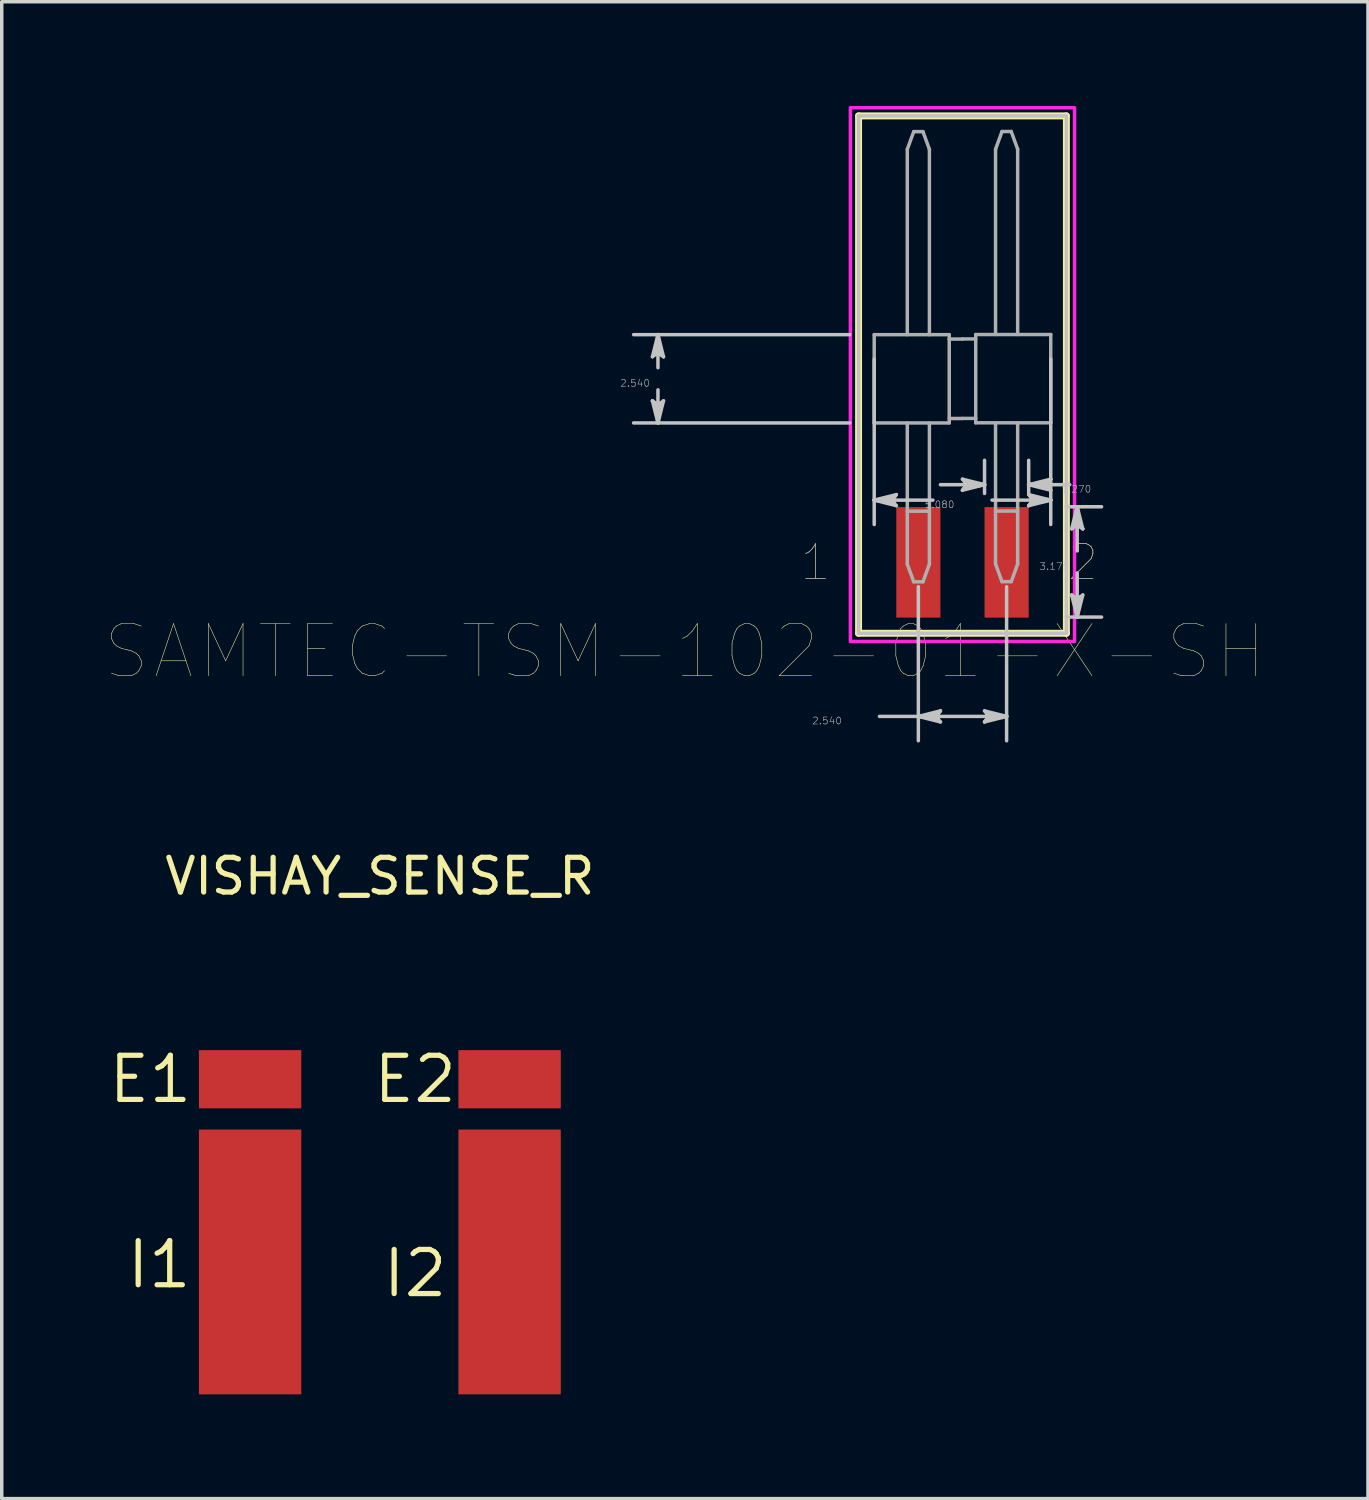
<source format=kicad_pcb>
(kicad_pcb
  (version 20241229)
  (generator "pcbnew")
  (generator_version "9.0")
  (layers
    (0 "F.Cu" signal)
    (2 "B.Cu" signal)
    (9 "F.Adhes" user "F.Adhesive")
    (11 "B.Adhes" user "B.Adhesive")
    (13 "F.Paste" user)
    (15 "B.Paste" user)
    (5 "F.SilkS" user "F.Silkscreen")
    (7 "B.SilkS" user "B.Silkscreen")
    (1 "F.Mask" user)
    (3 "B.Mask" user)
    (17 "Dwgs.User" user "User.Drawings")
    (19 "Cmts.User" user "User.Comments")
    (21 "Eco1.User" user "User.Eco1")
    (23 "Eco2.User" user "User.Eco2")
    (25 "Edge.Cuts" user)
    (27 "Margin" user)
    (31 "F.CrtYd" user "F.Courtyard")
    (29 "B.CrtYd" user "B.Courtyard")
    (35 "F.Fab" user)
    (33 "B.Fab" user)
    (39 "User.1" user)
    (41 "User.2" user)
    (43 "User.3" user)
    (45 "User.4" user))
  (footprint "SAMTEC-TSM-102-01-X-SH"
    (layer "F.Cu")
    (at 24.647 7.85)
    (property "Reference" "SAMTEC-TSM-102-01-X-SH" (at -7.989 7.851 0) (layer "F.SilkS") (effects (font (size 1.5 1.5) (thickness 0.015))))
    (attr through_hole)
    (fp_poly (pts (xy -1.956 3.642) (xy -0.584 3.642) (xy -0.584 6.924) (xy -1.956 6.924)) (stroke (width 0.01) (type solid)) (fill yes) (layer "F.Mask"))
    (fp_poly (pts (xy 0.584 3.642) (xy 1.956 3.642) (xy 1.956 6.924) (xy 0.584 6.924)) (stroke (width 0.01) (type solid)) (fill yes) (layer "F.Mask"))
    (fp_line (start -2.99 -7.565) (end -2.99 7.324) (stroke (width 0.2) (type solid)) (layer "F.SilkS"))
    (fp_line (start -2.99 7.324) (end 2.99 7.324) (stroke (width 0.2) (type solid)) (layer "F.SilkS"))
    (fp_line (start 2.99 -7.565) (end -2.99 -7.565) (stroke (width 0.2) (type solid)) (layer "F.SilkS"))
    (fp_line (start 2.99 7.324) (end 2.99 -7.565) (stroke (width 0.2) (type solid)) (layer "F.SilkS"))
    (fp_poly (pts (xy -1.905 3.693) (xy -0.635 3.693) (xy -0.635 6.873) (xy -1.905 6.873)) (stroke (width 0.01) (type solid)) (fill yes) (layer "F.Paste"))
    (fp_poly (pts (xy 0.635 3.693) (xy 1.905 3.693) (xy 1.905 6.873) (xy 0.635 6.873)) (stroke (width 0.01) (type solid)) (fill yes) (layer "F.Paste"))
    (fp_line (start -8.922 -0.635) (end -8.763 -0.762) (stroke (width 0.1) (type solid)) (layer "Dwgs.User"))
    (fp_line (start -8.922 0.635) (end -8.763 1.27) (stroke (width 0.1) (type solid)) (layer "Dwgs.User"))
    (fp_line (start -8.842 -0.698) (end -8.763 -0.762) (stroke (width 0.1) (type solid)) (layer "Dwgs.User"))
    (fp_line (start -8.842 0.698) (end -8.922 0.635) (stroke (width 0.1) (type solid)) (layer "Dwgs.User"))
    (fp_line (start -8.763 -1.27) (end -8.922 -0.635) (stroke (width 0.1) (type solid)) (layer "Dwgs.User"))
    (fp_line (start -8.763 -1.27) (end -8.842 -0.698) (stroke (width 0.1) (type solid)) (layer "Dwgs.User"))
    (fp_line (start -8.763 -1.27) (end -8.684 -0.698) (stroke (width 0.1) (type solid)) (layer "Dwgs.User"))
    (fp_line (start -8.763 -0.762) (end -8.763 -1.27) (stroke (width 0.1) (type solid)) (layer "Dwgs.User"))
    (fp_line (start -8.763 -0.762) (end -8.604 -0.635) (stroke (width 0.1) (type solid)) (layer "Dwgs.User"))
    (fp_line (start -8.763 -0.318) (end -8.763 -1.27) (stroke (width 0.1) (type solid)) (layer "Dwgs.User"))
    (fp_line (start -8.763 0.318) (end -8.763 1.27) (stroke (width 0.1) (type solid)) (layer "Dwgs.User"))
    (fp_line (start -8.763 0.762) (end -8.922 0.635) (stroke (width 0.1) (type solid)) (layer "Dwgs.User"))
    (fp_line (start -8.763 0.762) (end -8.763 1.27) (stroke (width 0.1) (type solid)) (layer "Dwgs.User"))
    (fp_line (start -8.763 1.27) (end -8.842 0.698) (stroke (width 0.1) (type solid)) (layer "Dwgs.User"))
    (fp_line (start -8.763 1.27) (end -8.684 0.698) (stroke (width 0.1) (type solid)) (layer "Dwgs.User"))
    (fp_line (start -8.763 1.27) (end -8.604 0.635) (stroke (width 0.1) (type solid)) (layer "Dwgs.User"))
    (fp_line (start -8.684 -0.698) (end -8.604 -0.635) (stroke (width 0.1) (type solid)) (layer "Dwgs.User"))
    (fp_line (start -8.684 0.698) (end -8.763 0.762) (stroke (width 0.1) (type solid)) (layer "Dwgs.User"))
    (fp_line (start -8.604 -0.635) (end -8.763 -1.27) (stroke (width 0.1) (type solid)) (layer "Dwgs.User"))
    (fp_line (start -8.604 0.635) (end -8.763 0.762) (stroke (width 0.1) (type solid)) (layer "Dwgs.User"))
    (fp_line (start -3.241 -1.27) (end -9.464 -1.27) (stroke (width 0.1) (type solid)) (layer "Dwgs.User"))
    (fp_line (start -3.241 1.27) (end -9.464 1.27) (stroke (width 0.1) (type solid)) (layer "Dwgs.User"))
    (fp_line (start -2.99 -7.565) (end -2.99 7.324) (stroke (width 0.1) (type solid)) (layer "Dwgs.User"))
    (fp_line (start -2.99 7.324) (end 2.99 7.324) (stroke (width 0.1) (type solid)) (layer "Dwgs.User"))
    (fp_line (start -2.54 -0.569) (end -2.54 4.194) (stroke (width 0.1) (type solid)) (layer "Dwgs.User"))
    (fp_line (start -2.54 3.492) (end -1.968 3.413) (stroke (width 0.1) (type solid)) (layer "Dwgs.User"))
    (fp_line (start -2.54 3.492) (end -1.968 3.572) (stroke (width 0.1) (type solid)) (layer "Dwgs.User"))
    (fp_line (start -2.54 3.492) (end -1.905 3.651) (stroke (width 0.1) (type solid)) (layer "Dwgs.User"))
    (fp_line (start -2.388 9.716) (end -1.27 9.716) (stroke (width 0.1) (type solid)) (layer "Dwgs.User"))
    (fp_line (start -2.032 3.492) (end -2.54 3.492) (stroke (width 0.1) (type solid)) (layer "Dwgs.User"))
    (fp_line (start -2.032 3.492) (end -1.905 3.334) (stroke (width 0.1) (type solid)) (layer "Dwgs.User"))
    (fp_line (start -1.968 3.413) (end -1.905 3.334) (stroke (width 0.1) (type solid)) (layer "Dwgs.User"))
    (fp_line (start -1.968 3.572) (end -2.032 3.492) (stroke (width 0.1) (type solid)) (layer "Dwgs.User"))
    (fp_line (start -1.905 3.334) (end -2.54 3.492) (stroke (width 0.1) (type solid)) (layer "Dwgs.User"))
    (fp_line (start -1.905 3.651) (end -2.032 3.492) (stroke (width 0.1) (type solid)) (layer "Dwgs.User"))
    (fp_line (start -1.27 5.984) (end -1.27 10.417) (stroke (width 0.1) (type solid)) (layer "Dwgs.User"))
    (fp_line (start -1.27 9.716) (end -0.698 9.636) (stroke (width 0.1) (type solid)) (layer "Dwgs.User"))
    (fp_line (start -1.27 9.716) (end -0.698 9.795) (stroke (width 0.1) (type solid)) (layer "Dwgs.User"))
    (fp_line (start -1.27 9.716) (end -0.635 9.874) (stroke (width 0.1) (type solid)) (layer "Dwgs.User"))
    (fp_line (start -1.27 9.716) (end 1.27 9.716) (stroke (width 0.1) (type solid)) (layer "Dwgs.User"))
    (fp_line (start -0.851 3.492) (end -2.54 3.492) (stroke (width 0.1) (type solid)) (layer "Dwgs.User"))
    (fp_line (start -0.762 9.716) (end -1.27 9.716) (stroke (width 0.1) (type solid)) (layer "Dwgs.User"))
    (fp_line (start -0.762 9.716) (end -0.635 9.557) (stroke (width 0.1) (type solid)) (layer "Dwgs.User"))
    (fp_line (start -0.698 9.636) (end -0.635 9.557) (stroke (width 0.1) (type solid)) (layer "Dwgs.User"))
    (fp_line (start -0.698 9.795) (end -0.762 9.716) (stroke (width 0.1) (type solid)) (layer "Dwgs.User"))
    (fp_line (start -0.635 3.048) (end 0.635 3.048) (stroke (width 0.1) (type solid)) (layer "Dwgs.User"))
    (fp_line (start -0.635 9.557) (end -1.27 9.716) (stroke (width 0.1) (type solid)) (layer "Dwgs.User"))
    (fp_line (start -0.635 9.874) (end -0.762 9.716) (stroke (width 0.1) (type solid)) (layer "Dwgs.User"))
    (fp_line (start 0 2.889) (end 0.127 3.048) (stroke (width 0.1) (type solid)) (layer "Dwgs.User"))
    (fp_line (start 0 3.207) (end 0.635 3.048) (stroke (width 0.1) (type solid)) (layer "Dwgs.User"))
    (fp_line (start 0.064 2.969) (end 0.127 3.048) (stroke (width 0.1) (type solid)) (layer "Dwgs.User"))
    (fp_line (start 0.064 3.127) (end 0 3.207) (stroke (width 0.1) (type solid)) (layer "Dwgs.User"))
    (fp_line (start 0.127 3.048) (end 0 3.207) (stroke (width 0.1) (type solid)) (layer "Dwgs.User"))
    (fp_line (start 0.127 3.048) (end 0.635 3.048) (stroke (width 0.1) (type solid)) (layer "Dwgs.User"))
    (fp_line (start 0.635 3.048) (end 0 2.889) (stroke (width 0.1) (type solid)) (layer "Dwgs.User"))
    (fp_line (start 0.635 3.048) (end 0.064 2.969) (stroke (width 0.1) (type solid)) (layer "Dwgs.User"))
    (fp_line (start 0.635 3.048) (end 0.064 3.127) (stroke (width 0.1) (type solid)) (layer "Dwgs.User"))
    (fp_line (start 0.635 3.299) (end 0.635 2.347) (stroke (width 0.1) (type solid)) (layer "Dwgs.User"))
    (fp_line (start 0.635 9.557) (end 0.762 9.716) (stroke (width 0.1) (type solid)) (layer "Dwgs.User"))
    (fp_line (start 0.635 9.874) (end 1.27 9.716) (stroke (width 0.1) (type solid)) (layer "Dwgs.User"))
    (fp_line (start 0.698 9.636) (end 0.762 9.716) (stroke (width 0.1) (type solid)) (layer "Dwgs.User"))
    (fp_line (start 0.698 9.795) (end 0.635 9.874) (stroke (width 0.1) (type solid)) (layer "Dwgs.User"))
    (fp_line (start 0.762 9.716) (end 0.635 9.874) (stroke (width 0.1) (type solid)) (layer "Dwgs.User"))
    (fp_line (start 0.762 9.716) (end 1.27 9.716) (stroke (width 0.1) (type solid)) (layer "Dwgs.User"))
    (fp_line (start 0.851 3.492) (end 2.54 3.492) (stroke (width 0.1) (type solid)) (layer "Dwgs.User"))
    (fp_line (start 1.27 5.984) (end 1.27 10.417) (stroke (width 0.1) (type solid)) (layer "Dwgs.User"))
    (fp_line (start 1.27 9.716) (end 0.635 9.557) (stroke (width 0.1) (type solid)) (layer "Dwgs.User"))
    (fp_line (start 1.27 9.716) (end 0.698 9.636) (stroke (width 0.1) (type solid)) (layer "Dwgs.User"))
    (fp_line (start 1.27 9.716) (end 0.698 9.795) (stroke (width 0.1) (type solid)) (layer "Dwgs.User"))
    (fp_line (start 1.905 3.048) (end 2.476 2.969) (stroke (width 0.1) (type solid)) (layer "Dwgs.User"))
    (fp_line (start 1.905 3.048) (end 2.476 3.127) (stroke (width 0.1) (type solid)) (layer "Dwgs.User"))
    (fp_line (start 1.905 3.048) (end 2.54 3.207) (stroke (width 0.1) (type solid)) (layer "Dwgs.User"))
    (fp_line (start 1.905 3.299) (end 1.905 2.347) (stroke (width 0.1) (type solid)) (layer "Dwgs.User"))
    (fp_line (start 1.905 3.334) (end 2.032 3.492) (stroke (width 0.1) (type solid)) (layer "Dwgs.User"))
    (fp_line (start 1.905 3.651) (end 2.54 3.492) (stroke (width 0.1) (type solid)) (layer "Dwgs.User"))
    (fp_line (start 1.968 3.413) (end 2.032 3.492) (stroke (width 0.1) (type solid)) (layer "Dwgs.User"))
    (fp_line (start 1.968 3.572) (end 1.905 3.651) (stroke (width 0.1) (type solid)) (layer "Dwgs.User"))
    (fp_line (start 2.032 3.492) (end 1.905 3.651) (stroke (width 0.1) (type solid)) (layer "Dwgs.User"))
    (fp_line (start 2.032 3.492) (end 2.54 3.492) (stroke (width 0.1) (type solid)) (layer "Dwgs.User"))
    (fp_line (start 2.413 3.048) (end 1.905 3.048) (stroke (width 0.1) (type solid)) (layer "Dwgs.User"))
    (fp_line (start 2.413 3.048) (end 2.54 2.889) (stroke (width 0.1) (type solid)) (layer "Dwgs.User"))
    (fp_line (start 2.476 2.969) (end 2.54 2.889) (stroke (width 0.1) (type solid)) (layer "Dwgs.User"))
    (fp_line (start 2.476 3.127) (end 2.413 3.048) (stroke (width 0.1) (type solid)) (layer "Dwgs.User"))
    (fp_line (start 2.54 -0.569) (end 2.54 4.194) (stroke (width 0.1) (type solid)) (layer "Dwgs.User"))
    (fp_line (start 2.54 2.889) (end 1.905 3.048) (stroke (width 0.1) (type solid)) (layer "Dwgs.User"))
    (fp_line (start 2.54 3.207) (end 2.413 3.048) (stroke (width 0.1) (type solid)) (layer "Dwgs.User"))
    (fp_line (start 2.54 3.492) (end 1.905 3.334) (stroke (width 0.1) (type solid)) (layer "Dwgs.User"))
    (fp_line (start 2.54 3.492) (end 1.968 3.413) (stroke (width 0.1) (type solid)) (layer "Dwgs.User"))
    (fp_line (start 2.54 3.492) (end 1.968 3.572) (stroke (width 0.1) (type solid)) (layer "Dwgs.User"))
    (fp_line (start 2.987 3.683) (end 4.003 3.683) (stroke (width 0.1) (type solid)) (layer "Dwgs.User"))
    (fp_line (start 2.987 6.858) (end 4.003 6.858) (stroke (width 0.1) (type solid)) (layer "Dwgs.User"))
    (fp_line (start 2.99 -7.565) (end -2.99 -7.565) (stroke (width 0.1) (type solid)) (layer "Dwgs.User"))
    (fp_line (start 2.99 7.324) (end 2.99 -7.565) (stroke (width 0.1) (type solid)) (layer "Dwgs.User"))
    (fp_line (start 3.086 3.048) (end 1.905 3.048) (stroke (width 0.1) (type solid)) (layer "Dwgs.User"))
    (fp_line (start 3.143 4.318) (end 3.302 4.191) (stroke (width 0.1) (type solid)) (layer "Dwgs.User"))
    (fp_line (start 3.143 6.223) (end 3.302 6.858) (stroke (width 0.1) (type solid)) (layer "Dwgs.User"))
    (fp_line (start 3.223 4.254) (end 3.302 4.191) (stroke (width 0.1) (type solid)) (layer "Dwgs.User"))
    (fp_line (start 3.223 6.286) (end 3.143 6.223) (stroke (width 0.1) (type solid)) (layer "Dwgs.User"))
    (fp_line (start 3.302 3.683) (end 3.143 4.318) (stroke (width 0.1) (type solid)) (layer "Dwgs.User"))
    (fp_line (start 3.302 3.683) (end 3.223 4.254) (stroke (width 0.1) (type solid)) (layer "Dwgs.User"))
    (fp_line (start 3.302 3.683) (end 3.381 4.254) (stroke (width 0.1) (type solid)) (layer "Dwgs.User"))
    (fp_line (start 3.302 4.191) (end 3.302 3.683) (stroke (width 0.1) (type solid)) (layer "Dwgs.User"))
    (fp_line (start 3.302 4.191) (end 3.461 4.318) (stroke (width 0.1) (type solid)) (layer "Dwgs.User"))
    (fp_line (start 3.302 4.953) (end 3.302 3.683) (stroke (width 0.1) (type solid)) (layer "Dwgs.User"))
    (fp_line (start 3.302 5.588) (end 3.302 6.858) (stroke (width 0.1) (type solid)) (layer "Dwgs.User"))
    (fp_line (start 3.302 6.35) (end 3.143 6.223) (stroke (width 0.1) (type solid)) (layer "Dwgs.User"))
    (fp_line (start 3.302 6.35) (end 3.302 6.858) (stroke (width 0.1) (type solid)) (layer "Dwgs.User"))
    (fp_line (start 3.302 6.858) (end 3.223 6.286) (stroke (width 0.1) (type solid)) (layer "Dwgs.User"))
    (fp_line (start 3.302 6.858) (end 3.381 6.286) (stroke (width 0.1) (type solid)) (layer "Dwgs.User"))
    (fp_line (start 3.302 6.858) (end 3.461 6.223) (stroke (width 0.1) (type solid)) (layer "Dwgs.User"))
    (fp_line (start 3.381 4.254) (end 3.461 4.318) (stroke (width 0.1) (type solid)) (layer "Dwgs.User"))
    (fp_line (start 3.381 6.286) (end 3.302 6.35) (stroke (width 0.1) (type solid)) (layer "Dwgs.User"))
    (fp_line (start 3.461 4.318) (end 3.302 3.683) (stroke (width 0.1) (type solid)) (layer "Dwgs.User"))
    (fp_line (start 3.461 6.223) (end 3.302 6.35) (stroke (width 0.1) (type solid)) (layer "Dwgs.User"))
    (fp_poly (pts (xy -3.225 7.559) (xy -3.225 -7.8) (xy 3.225 -7.8) (xy 3.225 7.559) (xy -3.225 7.559)) (stroke (width 0.1) (type solid)) (fill no) (layer "F.CrtYd"))
    (fp_line (start -2.54 -1.27) (end -2.54 1.27) (stroke (width 0.1) (type solid)) (layer "F.Fab"))
    (fp_line (start -2.54 -1.27) (end -0.381 -1.27) (stroke (width 0.1) (type solid)) (layer "F.Fab"))
    (fp_line (start -2.54 1.27) (end -0.381 1.27) (stroke (width 0.1) (type solid)) (layer "F.Fab"))
    (fp_line (start -1.588 -1.27) (end -1.588 -6.604) (stroke (width 0.1) (type solid)) (layer "F.Fab"))
    (fp_line (start -1.588 3.81) (end -0.952 3.81) (stroke (width 0.1) (type solid)) (layer "F.Fab"))
    (fp_line (start -1.588 5.334) (end -1.588 1.27) (stroke (width 0.1) (type solid)) (layer "F.Fab"))
    (fp_line (start -1.403 -7.112) (end -1.588 -6.604) (stroke (width 0.1) (type solid)) (layer "F.Fab"))
    (fp_line (start -1.403 -7.112) (end -1.137 -7.112) (stroke (width 0.1) (type solid)) (layer "F.Fab"))
    (fp_line (start -1.403 5.842) (end -1.588 5.334) (stroke (width 0.1) (type solid)) (layer "F.Fab"))
    (fp_line (start -1.403 5.842) (end -1.137 5.842) (stroke (width 0.1) (type solid)) (layer "F.Fab"))
    (fp_line (start -1.137 -7.112) (end -0.952 -6.604) (stroke (width 0.1) (type solid)) (layer "F.Fab"))
    (fp_line (start -1.137 5.842) (end -0.952 5.334) (stroke (width 0.1) (type solid)) (layer "F.Fab"))
    (fp_line (start -0.952 -1.27) (end -0.952 -6.604) (stroke (width 0.1) (type solid)) (layer "F.Fab"))
    (fp_line (start -0.952 5.334) (end -0.952 1.27) (stroke (width 0.1) (type solid)) (layer "F.Fab"))
    (fp_line (start -0.381 -1.27) (end -0.381 1.27) (stroke (width 0.1) (type solid)) (layer "F.Fab"))
    (fp_line (start -0.381 1.143) (end 0 1.143) (stroke (width 0.1) (type solid)) (layer "F.Fab"))
    (fp_line (start 0 -1.143) (end -0.381 -1.143) (stroke (width 0.1) (type solid)) (layer "F.Fab"))
    (fp_line (start 0 1.14) (end 0.381 1.14) (stroke (width 0.1) (type solid)) (layer "F.Fab"))
    (fp_line (start 0.381 -1.273) (end 2.54 -1.273) (stroke (width 0.1) (type solid)) (layer "F.Fab"))
    (fp_line (start 0.381 -1.146) (end 0 -1.146) (stroke (width 0.1) (type solid)) (layer "F.Fab"))
    (fp_line (start 0.381 1.267) (end 0.381 -1.273) (stroke (width 0.1) (type solid)) (layer "F.Fab"))
    (fp_line (start 0.381 1.267) (end 2.54 1.267) (stroke (width 0.1) (type solid)) (layer "F.Fab"))
    (fp_line (start 0.952 -6.607) (end 0.952 -1.273) (stroke (width 0.1) (type solid)) (layer "F.Fab"))
    (fp_line (start 0.952 1.267) (end 0.952 5.331) (stroke (width 0.1) (type solid)) (layer "F.Fab"))
    (fp_line (start 0.952 3.807) (end 1.588 3.807) (stroke (width 0.1) (type solid)) (layer "F.Fab"))
    (fp_line (start 1.137 -7.115) (end 0.952 -6.607) (stroke (width 0.1) (type solid)) (layer "F.Fab"))
    (fp_line (start 1.137 -7.115) (end 1.403 -7.115) (stroke (width 0.1) (type solid)) (layer "F.Fab"))
    (fp_line (start 1.137 5.839) (end 0.952 5.331) (stroke (width 0.1) (type solid)) (layer "F.Fab"))
    (fp_line (start 1.137 5.839) (end 1.403 5.839) (stroke (width 0.1) (type solid)) (layer "F.Fab"))
    (fp_line (start 1.403 -7.115) (end 1.588 -6.607) (stroke (width 0.1) (type solid)) (layer "F.Fab"))
    (fp_line (start 1.403 5.839) (end 1.588 5.331) (stroke (width 0.1) (type solid)) (layer "F.Fab"))
    (fp_line (start 1.588 -1.273) (end 1.588 -6.607) (stroke (width 0.1) (type solid)) (layer "F.Fab"))
    (fp_line (start 1.588 5.331) (end 1.588 1.267) (stroke (width 0.1) (type solid)) (layer "F.Fab"))
    (fp_line (start 2.54 -1.273) (end 2.54 1.267) (stroke (width 0.1) (type solid)) (layer "F.Fab"))
    (fp_text user "2" (at 3.467 5.283 0) (layer "F.SilkS") (effects (font (size 1 1) (thickness 0.015))))
    (fp_text user "1" (at -4.226 5.283 0) (layer "F.SilkS") (effects (font (size 1 1) (thickness 0.015))))
    (fp_text user "2.540" (at -3.899 9.842 0) (layer "Dwgs.User") (effects (font (size 0.2 0.2) (thickness 0.015))))
    (fp_text user "3.175" (at 2.642 5.398 0) (layer "Dwgs.User") (effects (font (size 0.2 0.2) (thickness 0.015))))
    (fp_text user "5.080" (at -0.66 3.62 0) (layer "Dwgs.User") (effects (font (size 0.2 0.2) (thickness 0.015))))
    (fp_text user "2.540" (at -9.423 0.127 0) (layer "Dwgs.User") (effects (font (size 0.2 0.2) (thickness 0.015))))
    (fp_text user "1.270" (at 3.277 3.175 0) (layer "Dwgs.User") (effects (font (size 0.2 0.2) (thickness 0.015))))
    (fp_text user "2" (at 3.467 5.283 0) (layer "F.Fab") (effects (font (size 1 1) (thickness 0.015))))
    (fp_text user "1" (at -4.226 5.283 0) (layer "F.Fab") (effects (font (size 1 1) (thickness 0.015))))
    (pad "1" smd rect (at -1.27 5.283) (size 1.27 3.18) (layers "F.Cu" "F.Paste"))
    (pad "2" smd rect (at 1.27 5.283) (size 1.27 3.18) (layers "F.Cu" "F.Paste")))
  (footprint "VISHAY_SENSE_R"
    (layer "F.Cu")
    (at 7.881 31.309)
    (property "Reference" "VISHAY_SENSE_R" (at 0 -9.144 0) (layer "F.SilkS") (effects (font (size 1 1) (thickness 0.15))))
    (attr through_hole)
    (fp_text user "E1" (at -6.604 -3.302 0) (layer "F.SilkS") (effects (font (size 1.27 1.27) (thickness 0.15))))
    (fp_text user "I1" (at -6.35 2.032 0) (layer "F.SilkS") (effects (font (size 1.27 1.27) (thickness 0.15))))
    (fp_text user "E2" (at 1.016 -3.302 0) (layer "F.SilkS") (effects (font (size 1.27 1.27) (thickness 0.15))))
    (fp_text user "I2" (at 1.016 2.286 0) (layer "F.SilkS") (effects (font (size 1.27 1.27) (thickness 0.15))))
    (pad "1" smd rect (at -3.734 -3.302) (size 2.946 1.676) (layers "F.Cu" "F.Mask" "F.Paste"))
    (pad "2" smd rect (at 3.734 -3.302) (size 2.946 1.676) (layers "F.Cu" "F.Mask" "F.Paste"))
    (pad "3" smd rect (at -3.734 1.956) (size 2.946 7.62) (layers "F.Cu" "F.Mask" "F.Paste"))
    (pad "4" smd rect (at 3.734 1.956) (size 2.946 7.62) (layers "F.Cu" "F.Mask" "F.Paste")))
  (gr_rect
    (start -3 -3)
    (end 36.316 40.075)
    (stroke (width 0.1) (type default))
    (fill no)
    (layer "Edge.Cuts")))
</source>
